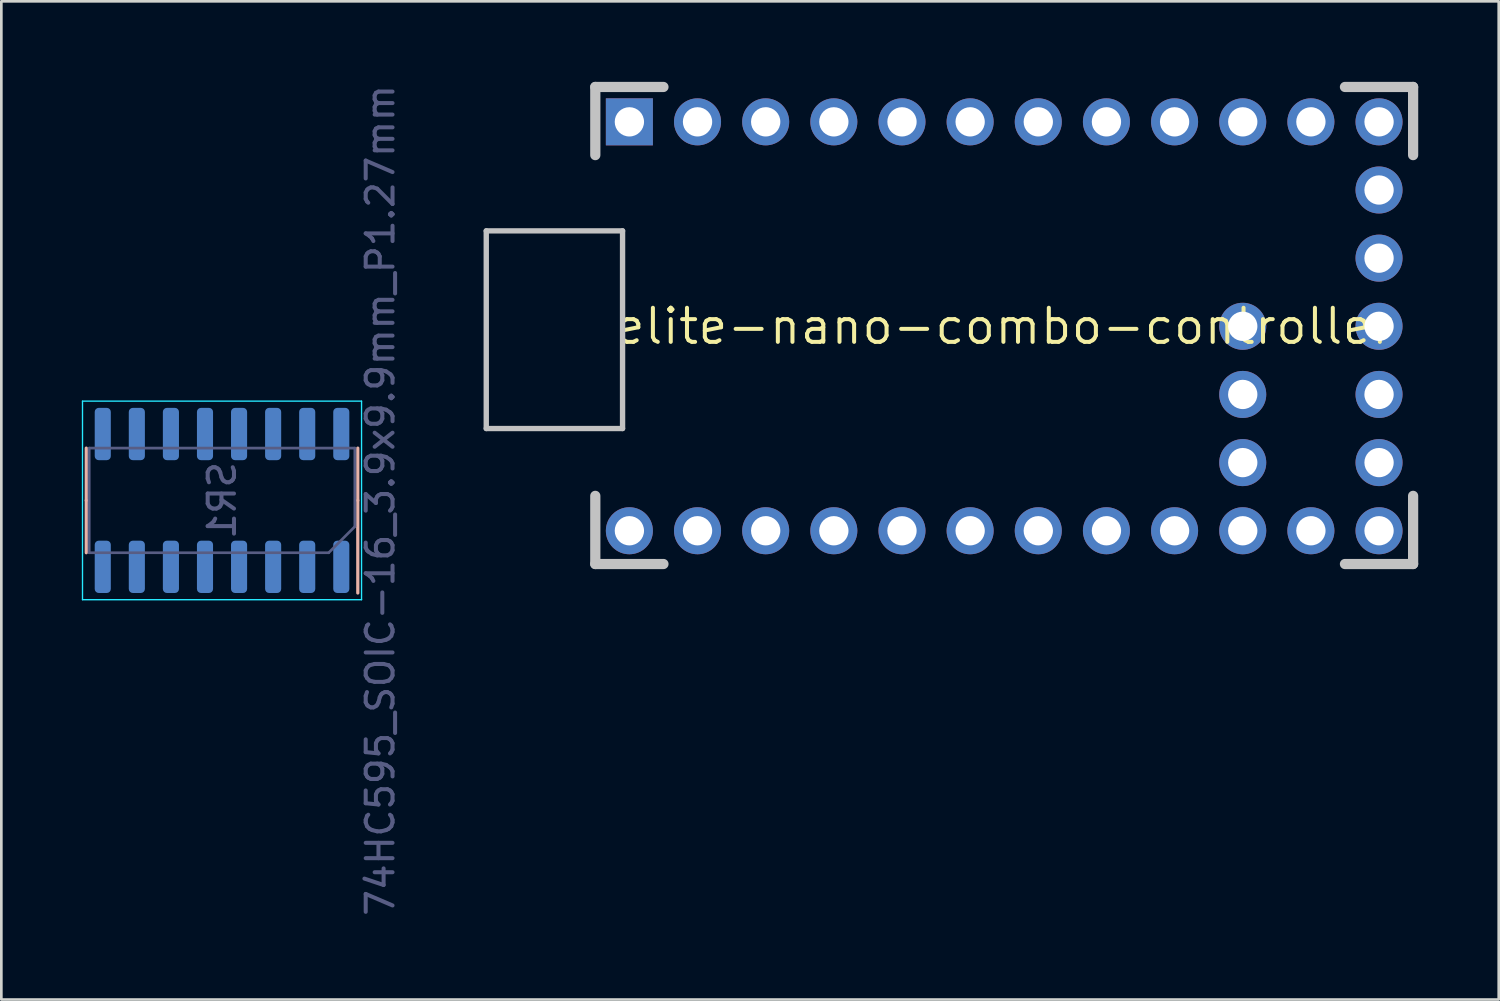
<source format=kicad_pcb>
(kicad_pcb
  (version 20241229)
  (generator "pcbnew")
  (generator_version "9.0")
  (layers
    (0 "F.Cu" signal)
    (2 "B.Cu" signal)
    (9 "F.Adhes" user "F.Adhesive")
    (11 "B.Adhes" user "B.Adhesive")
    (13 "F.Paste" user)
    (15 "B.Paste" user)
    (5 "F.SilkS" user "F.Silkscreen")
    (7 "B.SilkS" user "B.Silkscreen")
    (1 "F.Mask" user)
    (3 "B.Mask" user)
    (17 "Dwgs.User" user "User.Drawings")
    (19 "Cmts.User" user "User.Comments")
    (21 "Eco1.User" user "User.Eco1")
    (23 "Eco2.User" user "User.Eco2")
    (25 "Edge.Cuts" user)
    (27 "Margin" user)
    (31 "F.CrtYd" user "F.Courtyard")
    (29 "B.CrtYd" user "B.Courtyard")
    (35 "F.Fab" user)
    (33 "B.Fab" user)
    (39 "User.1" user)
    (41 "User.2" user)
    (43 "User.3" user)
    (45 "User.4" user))
  (footprint "74HC595_SOIC-16_3.9x9.9mm_P1.27mm"
    (layer "F.Cu")
    (at 5.225 15.601)
    (property "Reference" "74HC595_SOIC-16_3.9x9.9mm_P1.27mm" (at 5.9 0 270) (layer "B.Fab") (effects (font (size 1 1) (thickness 0.15))))
    (attr through_hole)
    (fp_line (start -5.06 0) (end -5.06 -1.95) (stroke (width 0.12) (type solid)) (layer "B.SilkS"))
    (fp_line (start -5.06 0) (end -5.06 1.95) (stroke (width 0.12) (type solid)) (layer "B.SilkS"))
    (fp_line (start 5.06 0) (end 5.06 -1.95) (stroke (width 0.12) (type solid)) (layer "B.SilkS"))
    (fp_line (start 5.06 0) (end 5.06 3.45) (stroke (width 0.12) (type solid)) (layer "B.SilkS"))
    (fp_line (start -5.2 -3.7) (end 5.2 -3.7) (stroke (width 0.05) (type solid)) (layer "B.CrtYd"))
    (fp_line (start -5.2 3.7) (end -5.2 -3.7) (stroke (width 0.05) (type solid)) (layer "B.CrtYd"))
    (fp_line (start 5.2 -3.7) (end 5.2 3.7) (stroke (width 0.05) (type solid)) (layer "B.CrtYd"))
    (fp_line (start 5.2 3.7) (end -5.2 3.7) (stroke (width 0.05) (type solid)) (layer "B.CrtYd"))
    (fp_line (start -4.95 -1.95) (end -4.95 1.95) (stroke (width 0.1) (type solid)) (layer "B.Fab"))
    (fp_line (start -4.95 1.95) (end 3.975 1.95) (stroke (width 0.1) (type solid)) (layer "B.Fab"))
    (fp_line (start 3.975 1.95) (end 4.95 0.975) (stroke (width 0.1) (type solid)) (layer "B.Fab"))
    (fp_line (start 4.95 -1.95) (end -4.95 -1.95) (stroke (width 0.1) (type solid)) (layer "B.Fab"))
    (fp_line (start 4.95 0.975) (end 4.95 -1.95) (stroke (width 0.1) (type solid)) (layer "B.Fab"))
    (fp_text user "SR1" (at 0 0 270) (layer "B.Fab") (effects (font (size 0.98 0.98) (thickness 0.15)) (justify mirror)))
    (pad "1" smd roundrect (at 4.445 2.475 270) (size 1.95 0.6) (layers "B.Cu" "B.Mask" "B.Paste") (roundrect_rratio 0.25))
    (pad "2" smd roundrect (at 3.175 2.475 270) (size 1.95 0.6) (layers "B.Cu" "B.Mask" "B.Paste") (roundrect_rratio 0.25))
    (pad "3" smd roundrect (at 1.905 2.475 270) (size 1.95 0.6) (layers "B.Cu" "B.Mask" "B.Paste") (roundrect_rratio 0.25))
    (pad "4" smd roundrect (at 0.635 2.475 270) (size 1.95 0.6) (layers "B.Cu" "B.Mask" "B.Paste") (roundrect_rratio 0.25))
    (pad "5" smd roundrect (at -0.635 2.475 270) (size 1.95 0.6) (layers "B.Cu" "B.Mask" "B.Paste") (roundrect_rratio 0.25))
    (pad "6" smd roundrect (at -1.905 2.475 270) (size 1.95 0.6) (layers "B.Cu" "B.Mask" "B.Paste") (roundrect_rratio 0.25))
    (pad "7" smd roundrect (at -3.175 2.475 270) (size 1.95 0.6) (layers "B.Cu" "B.Mask" "B.Paste") (roundrect_rratio 0.25))
    (pad "8" smd roundrect (at -4.445 2.475 270) (size 1.95 0.6) (layers "B.Cu" "B.Mask" "B.Paste") (roundrect_rratio 0.25))
    (pad "9" smd roundrect (at -4.445 -2.475 270) (size 1.95 0.6) (layers "B.Cu" "B.Mask" "B.Paste") (roundrect_rratio 0.25))
    (pad "10" smd roundrect (at -3.175 -2.475 270) (size 1.95 0.6) (layers "B.Cu" "B.Mask" "B.Paste") (roundrect_rratio 0.25))
    (pad "11" smd roundrect (at -1.905 -2.475 270) (size 1.95 0.6) (layers "B.Cu" "B.Mask" "B.Paste") (roundrect_rratio 0.25))
    (pad "12" smd roundrect (at -0.635 -2.475 270) (size 1.95 0.6) (layers "B.Cu" "B.Mask" "B.Paste") (roundrect_rratio 0.25))
    (pad "13" smd roundrect (at 0.635 -2.475 270) (size 1.95 0.6) (layers "B.Cu" "B.Mask" "B.Paste") (roundrect_rratio 0.25))
    (pad "14" smd roundrect (at 1.905 -2.475 270) (size 1.95 0.6) (layers "B.Cu" "B.Mask" "B.Paste") (roundrect_rratio 0.25))
    (pad "15" smd roundrect (at 3.175 -2.475 270) (size 1.95 0.6) (layers "B.Cu" "B.Mask" "B.Paste") (roundrect_rratio 0.25))
    (pad "16" smd roundrect (at 4.445 -2.475 270) (size 1.95 0.6) (layers "B.Cu" "B.Mask" "B.Paste") (roundrect_rratio 0.25)))
  (footprint "elite-nano-combo-controller"
    (layer "F.Cu")
    (at 34.377 9.111)
    (property "Reference" "elite-nano-combo-controller" (at 0 0 180) (layer "F.SilkS") (effects (font (size 1.27 1.27) (thickness 0.15))))
    (attr through_hole)
    (fp_line (start -19.304 -3.556) (end -14.224 -3.556) (stroke (width 0.2) (type solid)) (layer "Dwgs.User"))
    (fp_line (start -19.304 3.81) (end -19.304 -3.556) (stroke (width 0.2) (type solid)) (layer "Dwgs.User"))
    (fp_line (start -15.24 -8.92) (end -15.24 -6.38) (stroke (width 0.381) (type solid)) (layer "Dwgs.User"))
    (fp_line (start -15.24 6.32) (end -15.24 8.86) (stroke (width 0.381) (type solid)) (layer "Dwgs.User"))
    (fp_line (start -15.24 8.86) (end -12.7 8.86) (stroke (width 0.381) (type solid)) (layer "Dwgs.User"))
    (fp_line (start -14.224 -3.556) (end -14.224 3.81) (stroke (width 0.2) (type solid)) (layer "Dwgs.User"))
    (fp_line (start -14.224 3.81) (end -19.304 3.81) (stroke (width 0.2) (type solid)) (layer "Dwgs.User"))
    (fp_line (start -12.7 -8.92) (end -15.24 -8.92) (stroke (width 0.381) (type solid)) (layer "Dwgs.User"))
    (fp_line (start 12.7 8.86) (end 15.24 8.86) (stroke (width 0.381) (type solid)) (layer "Dwgs.User"))
    (fp_line (start 15.24 -8.92) (end 12.7 -8.92) (stroke (width 0.381) (type solid)) (layer "Dwgs.User"))
    (fp_line (start 15.24 -6.38) (end 15.24 -8.92) (stroke (width 0.381) (type solid)) (layer "Dwgs.User"))
    (fp_line (start 15.24 8.86) (end 15.24 6.32) (stroke (width 0.381) (type solid)) (layer "Dwgs.User"))
    (pad "1" thru_hole circle (at -13.97 7.62 90) (size 1.753 1.753) (drill 1.092) (layers "*.Cu" "*.Mask"))
    (pad "2" thru_hole circle (at -11.43 7.62 90) (size 1.753 1.753) (drill 1.092) (layers "*.Cu" "*.Mask"))
    (pad "3" thru_hole circle (at -8.89 7.62 90) (size 1.753 1.753) (drill 1.092) (layers "*.Cu" "*.Mask"))
    (pad "4" thru_hole circle (at -6.35 7.62 90) (size 1.753 1.753) (drill 1.092) (layers "*.Cu" "*.Mask"))
    (pad "5" thru_hole circle (at -3.81 7.62 90) (size 1.753 1.753) (drill 1.092) (layers "*.Cu" "*.Mask"))
    (pad "6" thru_hole circle (at -1.27 7.62 90) (size 1.753 1.753) (drill 1.092) (layers "*.Cu" "*.Mask"))
    (pad "7" thru_hole circle (at 1.27 7.62 90) (size 1.753 1.753) (drill 1.092) (layers "*.Cu" "*.Mask"))
    (pad "8" thru_hole circle (at 3.81 7.62 90) (size 1.753 1.753) (drill 1.092) (layers "*.Cu" "*.Mask"))
    (pad "9" thru_hole circle (at 6.35 7.62 90) (size 1.753 1.753) (drill 1.092) (layers "*.Cu" "*.Mask"))
    (pad "10" thru_hole circle (at 8.89 7.62 90) (size 1.753 1.753) (drill 1.092) (layers "*.Cu" "*.Mask"))
    (pad "11" thru_hole circle (at 11.43 7.62 90) (size 1.753 1.753) (drill 1.092) (layers "*.Cu" "*.Mask"))
    (pad "12" thru_hole circle (at 13.97 7.62 90) (size 1.753 1.753) (drill 1.092) (layers "*.Cu" "*.Mask"))
    (pad "13" thru_hole circle (at 13.97 -7.62 90) (size 1.753 1.753) (drill 1.092) (layers "*.Cu" "*.Mask"))
    (pad "14" thru_hole circle (at 11.43 -7.62 90) (size 1.753 1.753) (drill 1.092) (layers "*.Cu" "*.Mask"))
    (pad "15" thru_hole circle (at 8.89 -7.62 90) (size 1.753 1.753) (drill 1.092) (layers "*.Cu" "*.Mask"))
    (pad "16" thru_hole circle (at 6.35 -7.62 90) (size 1.753 1.753) (drill 1.092) (layers "*.Cu" "*.Mask"))
    (pad "17" thru_hole circle (at 3.81 -7.62 90) (size 1.753 1.753) (drill 1.092) (layers "*.Cu" "*.Mask"))
    (pad "18" thru_hole circle (at 1.27 -7.62 90) (size 1.753 1.753) (drill 1.092) (layers "*.Cu" "*.Mask"))
    (pad "19" thru_hole circle (at -1.27 -7.62 90) (size 1.753 1.753) (drill 1.092) (layers "*.Cu" "*.Mask"))
    (pad "20" thru_hole circle (at -3.81 -7.62 90) (size 1.753 1.753) (drill 1.092) (layers "*.Cu" "*.Mask"))
    (pad "21" thru_hole circle (at -6.35 -7.62 90) (size 1.753 1.753) (drill 1.092) (layers "*.Cu" "*.Mask"))
    (pad "22" thru_hole circle (at -8.89 -7.62 90) (size 1.753 1.753) (drill 1.092) (layers "*.Cu" "*.Mask"))
    (pad "23" thru_hole circle (at -11.43 -7.62 90) (size 1.753 1.753) (drill 1.092) (layers "*.Cu" "*.Mask"))
    (pad "24" thru_hole rect (at -13.97 -7.62) (size 1.753 1.753) (drill 1.092) (layers "*.Cu" "*.Mask"))
    (pad "25" thru_hole circle (at 8.89 5.08 90) (size 1.753 1.753) (drill 1.092) (layers "*.Cu" "*.Mask"))
    (pad "25" thru_hole circle (at 13.97 5.08 90) (size 1.753 1.753) (drill 1.092) (layers "*.Cu" "*.Mask"))
    (pad "26" thru_hole circle (at 8.89 2.54 90) (size 1.753 1.753) (drill 1.092) (layers "*.Cu" "*.Mask"))
    (pad "26" thru_hole circle (at 13.97 2.54 90) (size 1.753 1.753) (drill 1.092) (layers "*.Cu" "*.Mask"))
    (pad "27" thru_hole circle (at 8.89 0 90) (size 1.753 1.753) (drill 1.092) (layers "*.Cu" "*.Mask"))
    (pad "27" thru_hole circle (at 13.97 0 90) (size 1.753 1.753) (drill 1.092) (layers "*.Cu" "*.Mask"))
    (pad "28" thru_hole circle (at 13.97 -2.54 90) (size 1.753 1.753) (drill 1.092) (layers "*.Cu" "*.Mask"))
    (pad "29" thru_hole circle (at 13.97 -5.08 90) (size 1.753 1.753) (drill 1.092) (layers "*.Cu" "*.Mask")))
  (gr_rect
    (start -3 -3)
    (end 52.808 34.202)
    (stroke (width 0.1) (type default))
    (fill no)
    (layer "Edge.Cuts")))
</source>
